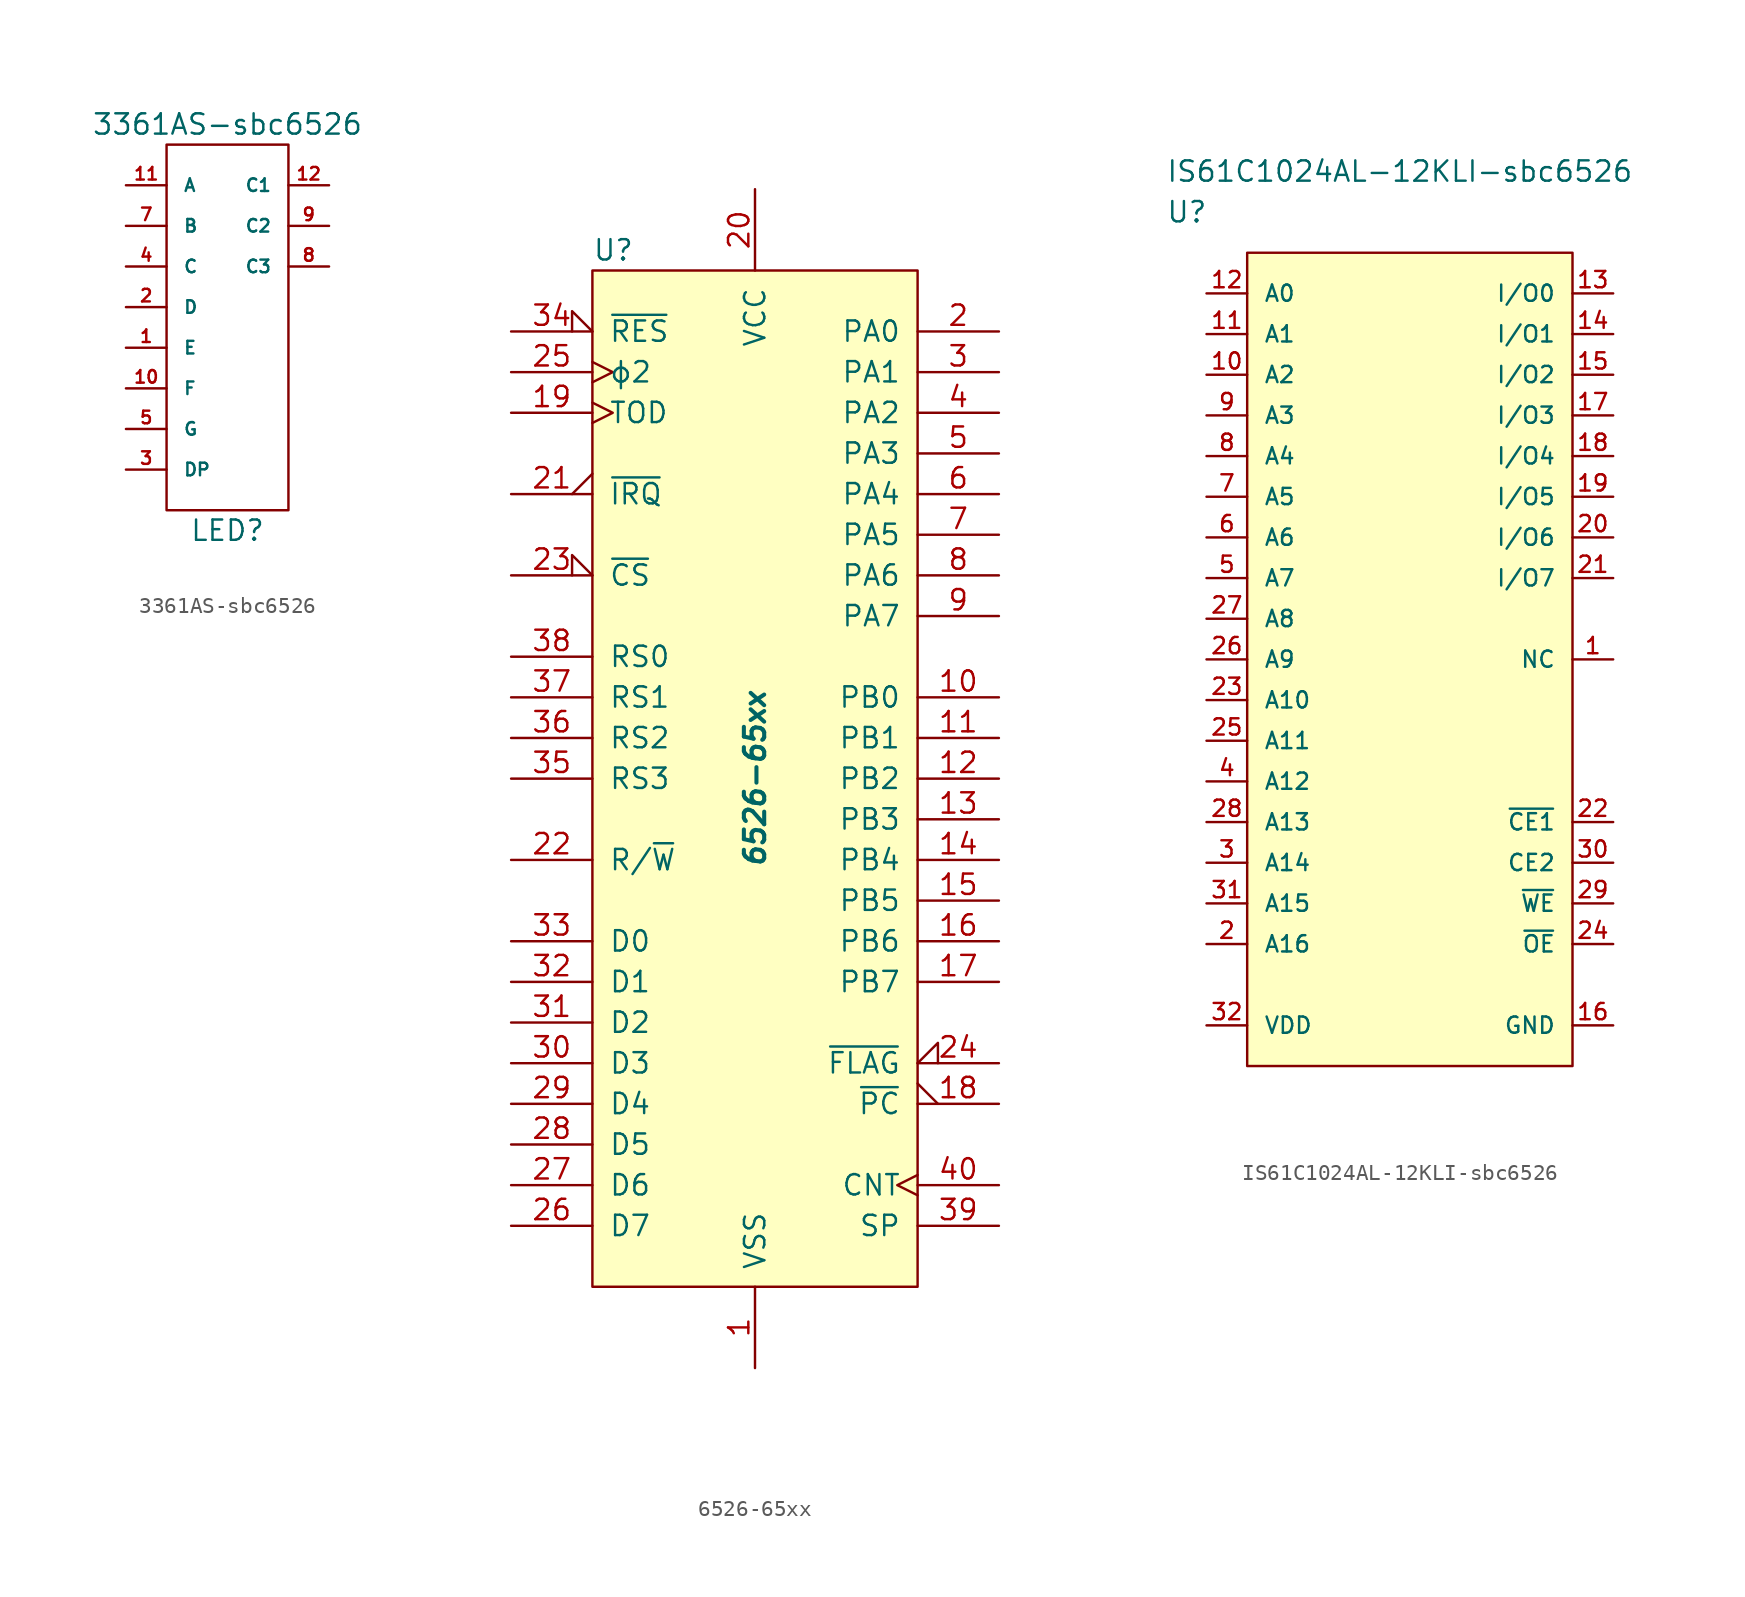
<source format=kicad_sym>
(kicad_symbol_lib
  (version 20201005)
  (generator kicad_symbol_editor)
  (symbol "3361AS-sbc6526"
    (pin_names
      (offset 1.016))
    (property "Reference" "LED"
      (at 0 -17.78 0)
      (effects (font (size 1.27 1.27))))
    (property "Value" "3361AS-sbc6526"
      (at 0 7.62 0)
      (effects (font (size 1.27 1.27))))
    (symbol "3361AS-sbc6526_0_1"
      (rectangle (start -3.81 6.35) (end 3.81 -16.51) (stroke (width 0)) (fill (type none))))
    (symbol "3361AS-sbc6526_1_1"
      (pin input line (at -6.35 -6.35 0) (length 2.54) (name "E" (effects (font (size 0.787 0.787)))) (number "1" (effects (font (size 0.787 0.787)))))
      (pin input line (at -6.35 -8.89 0) (length 2.54) (name "F" (effects (font (size 0.787 0.787)))) (number "10" (effects (font (size 0.787 0.787)))))
      (pin input line (at -6.35 3.81 0) (length 2.54) (name "A" (effects (font (size 0.787 0.787)))) (number "11" (effects (font (size 0.787 0.787)))))
      (pin input line (at 6.35 3.81 180) (length 2.54) (name "C1" (effects (font (size 0.787 0.787)))) (number "12" (effects (font (size 0.787 0.787)))))
      (pin input line (at -6.35 -3.81 0) (length 2.54) (name "D" (effects (font (size 0.787 0.787)))) (number "2" (effects (font (size 0.787 0.787)))))
      (pin input line (at -6.35 -13.97 0) (length 2.54) (name "DP" (effects (font (size 0.787 0.787)))) (number "3" (effects (font (size 0.787 0.787)))))
      (pin input line (at -6.35 -1.27 0) (length 2.54) (name "C" (effects (font (size 0.787 0.787)))) (number "4" (effects (font (size 0.787 0.787)))))
      (pin input line (at -6.35 -11.43 0) (length 2.54) (name "G" (effects (font (size 0.787 0.787)))) (number "5" (effects (font (size 0.787 0.787)))))
      (pin input line (at -6.35 1.27 0) (length 2.54) (name "B" (effects (font (size 0.787 0.787)))) (number "7" (effects (font (size 0.787 0.787)))))
      (pin input line (at 6.35 -1.27 180) (length 2.54) (name "C3" (effects (font (size 0.787 0.787)))) (number "8" (effects (font (size 0.787 0.787)))))
      (pin input line (at 6.35 1.27 180) (length 2.54) (name "C2" (effects (font (size 0.787 0.787)))) (number "9" (effects (font (size 0.787 0.787)))))))
  (symbol "6526-65xx"
    (pin_names
      (offset 1.016))
    (property "Reference" "U"
      (at -10.16 33.02 0)
      (effects (font (size 1.27 1.27)) (justify left)))
    (property "Value" "6526-65xx"
      (at 0 0 90)
      (effects (font (size 1.27 1.27) bold italic)))
    (symbol "6526-65xx_0_1"
      (rectangle (start -10.16 31.75) (end 10.16 -31.75) (stroke (width 0)) (fill (type background))))
    (symbol "6526-65xx_1_1"
      (pin power_in line (at 0 -36.83 90) (length 5.08) (name "VSS" (effects (font (size 1.27 1.27)))) (number "1" (effects (font (size 1.27 1.27)))))
      (pin bidirectional line (at 15.24 5.08 180) (length 5.08) (name "PB0" (effects (font (size 1.27 1.27)))) (number "10" (effects (font (size 1.27 1.27)))))
      (pin bidirectional line (at 15.24 2.54 180) (length 5.08) (name "PB1" (effects (font (size 1.27 1.27)))) (number "11" (effects (font (size 1.27 1.27)))))
      (pin bidirectional line (at 15.24 0 180) (length 5.08) (name "PB2" (effects (font (size 1.27 1.27)))) (number "12" (effects (font (size 1.27 1.27)))))
      (pin bidirectional line (at 15.24 -2.54 180) (length 5.08) (name "PB3" (effects (font (size 1.27 1.27)))) (number "13" (effects (font (size 1.27 1.27)))))
      (pin bidirectional line (at 15.24 -5.08 180) (length 5.08) (name "PB4" (effects (font (size 1.27 1.27)))) (number "14" (effects (font (size 1.27 1.27)))))
      (pin bidirectional line (at 15.24 -7.62 180) (length 5.08) (name "PB5" (effects (font (size 1.27 1.27)))) (number "15" (effects (font (size 1.27 1.27)))))
      (pin bidirectional line (at 15.24 -10.16 180) (length 5.08) (name "PB6" (effects (font (size 1.27 1.27)))) (number "16" (effects (font (size 1.27 1.27)))))
      (pin bidirectional line (at 15.24 -12.7 180) (length 5.08) (name "PB7" (effects (font (size 1.27 1.27)))) (number "17" (effects (font (size 1.27 1.27)))))
      (pin output output_low (at 15.24 -20.32 180) (length 5.08) (name "~PC" (effects (font (size 1.27 1.27)))) (number "18" (effects (font (size 1.27 1.27)))))
      (pin input clock (at -15.24 22.86 0) (length 5.08) (name "TOD" (effects (font (size 1.27 1.27)))) (number "19" (effects (font (size 1.27 1.27)))))
      (pin bidirectional line (at 15.24 27.94 180) (length 5.08) (name "PA0" (effects (font (size 1.27 1.27)))) (number "2" (effects (font (size 1.27 1.27)))))
      (pin power_in line (at 0 36.83 270) (length 5.08) (name "VCC" (effects (font (size 1.27 1.27)))) (number "20" (effects (font (size 1.27 1.27)))))
      (pin open_collector output_low (at -15.24 17.78 0) (length 5.08) (name "~IRQ" (effects (font (size 1.27 1.27)))) (number "21" (effects (font (size 1.27 1.27)))))
      (pin input line (at -15.24 -5.08 0) (length 5.08) (name "R/~W" (effects (font (size 1.27 1.27)))) (number "22" (effects (font (size 1.27 1.27)))))
      (pin input input_low (at -15.24 12.7 0) (length 5.08) (name "~CS" (effects (font (size 1.27 1.27)))) (number "23" (effects (font (size 1.27 1.27)))))
      (pin input input_low (at 15.24 -17.78 180) (length 5.08) (name "~FLAG" (effects (font (size 1.27 1.27)))) (number "24" (effects (font (size 1.27 1.27)))))
      (pin input clock (at -15.24 25.4 0) (length 5.08) (name "ϕ2" (effects (font (size 1.27 1.27)))) (number "25" (effects (font (size 1.27 1.27)))))
      (pin bidirectional line (at -15.24 -27.94 0) (length 5.08) (name "D7" (effects (font (size 1.27 1.27)))) (number "26" (effects (font (size 1.27 1.27)))))
      (pin bidirectional line (at -15.24 -25.4 0) (length 5.08) (name "D6" (effects (font (size 1.27 1.27)))) (number "27" (effects (font (size 1.27 1.27)))))
      (pin bidirectional line (at -15.24 -22.86 0) (length 5.08) (name "D5" (effects (font (size 1.27 1.27)))) (number "28" (effects (font (size 1.27 1.27)))))
      (pin bidirectional line (at -15.24 -20.32 0) (length 5.08) (name "D4" (effects (font (size 1.27 1.27)))) (number "29" (effects (font (size 1.27 1.27)))))
      (pin bidirectional line (at 15.24 25.4 180) (length 5.08) (name "PA1" (effects (font (size 1.27 1.27)))) (number "3" (effects (font (size 1.27 1.27)))))
      (pin bidirectional line (at -15.24 -17.78 0) (length 5.08) (name "D3" (effects (font (size 1.27 1.27)))) (number "30" (effects (font (size 1.27 1.27)))))
      (pin bidirectional line (at -15.24 -15.24 0) (length 5.08) (name "D2" (effects (font (size 1.27 1.27)))) (number "31" (effects (font (size 1.27 1.27)))))
      (pin bidirectional line (at -15.24 -12.7 0) (length 5.08) (name "D1" (effects (font (size 1.27 1.27)))) (number "32" (effects (font (size 1.27 1.27)))))
      (pin bidirectional line (at -15.24 -10.16 0) (length 5.08) (name "D0" (effects (font (size 1.27 1.27)))) (number "33" (effects (font (size 1.27 1.27)))))
      (pin input input_low (at -15.24 27.94 0) (length 5.08) (name "~RES" (effects (font (size 1.27 1.27)))) (number "34" (effects (font (size 1.27 1.27)))))
      (pin input line (at -15.24 0 0) (length 5.08) (name "RS3" (effects (font (size 1.27 1.27)))) (number "35" (effects (font (size 1.27 1.27)))))
      (pin input line (at -15.24 2.54 0) (length 5.08) (name "RS2" (effects (font (size 1.27 1.27)))) (number "36" (effects (font (size 1.27 1.27)))))
      (pin input line (at -15.24 5.08 0) (length 5.08) (name "RS1" (effects (font (size 1.27 1.27)))) (number "37" (effects (font (size 1.27 1.27)))))
      (pin input line (at -15.24 7.62 0) (length 5.08) (name "RS0" (effects (font (size 1.27 1.27)))) (number "38" (effects (font (size 1.27 1.27)))))
      (pin bidirectional line (at 15.24 -27.94 180) (length 5.08) (name "SP" (effects (font (size 1.27 1.27)))) (number "39" (effects (font (size 1.27 1.27)))))
      (pin bidirectional line (at 15.24 22.86 180) (length 5.08) (name "PA2" (effects (font (size 1.27 1.27)))) (number "4" (effects (font (size 1.27 1.27)))))
      (pin bidirectional clock (at 15.24 -25.4 180) (length 5.08) (name "CNT" (effects (font (size 1.27 1.27)))) (number "40" (effects (font (size 1.27 1.27)))))
      (pin bidirectional line (at 15.24 20.32 180) (length 5.08) (name "PA3" (effects (font (size 1.27 1.27)))) (number "5" (effects (font (size 1.27 1.27)))))
      (pin bidirectional line (at 15.24 17.78 180) (length 5.08) (name "PA4" (effects (font (size 1.27 1.27)))) (number "6" (effects (font (size 1.27 1.27)))))
      (pin bidirectional line (at 15.24 15.24 180) (length 5.08) (name "PA5" (effects (font (size 1.27 1.27)))) (number "7" (effects (font (size 1.27 1.27)))))
      (pin bidirectional line (at 15.24 12.7 180) (length 5.08) (name "PA6" (effects (font (size 1.27 1.27)))) (number "8" (effects (font (size 1.27 1.27)))))
      (pin bidirectional line (at 15.24 10.16 180) (length 5.08) (name "PA7" (effects (font (size 1.27 1.27)))) (number "9" (effects (font (size 1.27 1.27)))))))
  (symbol "IS61C1024AL-12KLI-sbc6526"
    (pin_names
      (offset 1.016))
    (property "Reference" "U"
      (at 0 5.08 0)
      (effects (font (size 1.27 1.27)) (justify left)))
    (property "Value" "IS61C1024AL-12KLI-sbc6526"
      (at 0 7.62 0)
      (effects (font (size 1.27 1.27)) (justify left)))
    (symbol "IS61C1024AL-12KLI-sbc6526_1_1"
      (rectangle (start 5.08 2.54) (end 25.4 -48.26) (stroke (width 0)) (fill (type background)))
      (pin passive line (at 27.94 -22.86 180) (length 2.54) (name "NC" (effects (font (size 1.016 1.016)))) (number "1" (effects (font (size 1.016 1.016)))))
      (pin input line (at 2.54 -5.08 0) (length 2.54) (name "A2" (effects (font (size 1.016 1.016)))) (number "10" (effects (font (size 1.016 1.016)))))
      (pin input line (at 2.54 -2.54 0) (length 2.54) (name "A1" (effects (font (size 1.016 1.016)))) (number "11" (effects (font (size 1.016 1.016)))))
      (pin input line (at 2.54 0 0) (length 2.54) (name "A0" (effects (font (size 1.016 1.016)))) (number "12" (effects (font (size 1.016 1.016)))))
      (pin bidirectional line (at 27.94 0 180) (length 2.54) (name "I/O0" (effects (font (size 1.016 1.016)))) (number "13" (effects (font (size 1.016 1.016)))))
      (pin bidirectional line (at 27.94 -2.54 180) (length 2.54) (name "I/O1" (effects (font (size 1.016 1.016)))) (number "14" (effects (font (size 1.016 1.016)))))
      (pin bidirectional line (at 27.94 -5.08 180) (length 2.54) (name "I/O2" (effects (font (size 1.016 1.016)))) (number "15" (effects (font (size 1.016 1.016)))))
      (pin power_in line (at 27.94 -45.72 180) (length 2.54) (name "GND" (effects (font (size 1.016 1.016)))) (number "16" (effects (font (size 1.016 1.016)))))
      (pin bidirectional line (at 27.94 -7.62 180) (length 2.54) (name "I/O3" (effects (font (size 1.016 1.016)))) (number "17" (effects (font (size 1.016 1.016)))))
      (pin bidirectional line (at 27.94 -10.16 180) (length 2.54) (name "I/O4" (effects (font (size 1.016 1.016)))) (number "18" (effects (font (size 1.016 1.016)))))
      (pin bidirectional line (at 27.94 -12.7 180) (length 2.54) (name "I/O5" (effects (font (size 1.016 1.016)))) (number "19" (effects (font (size 1.016 1.016)))))
      (pin input line (at 2.54 -40.64 0) (length 2.54) (name "A16" (effects (font (size 1.016 1.016)))) (number "2" (effects (font (size 1.016 1.016)))))
      (pin bidirectional line (at 27.94 -15.24 180) (length 2.54) (name "I/O6" (effects (font (size 1.016 1.016)))) (number "20" (effects (font (size 1.016 1.016)))))
      (pin bidirectional line (at 27.94 -17.78 180) (length 2.54) (name "I/O7" (effects (font (size 1.016 1.016)))) (number "21" (effects (font (size 1.016 1.016)))))
      (pin input line (at 27.94 -33.02 180) (length 2.54) (name "~CE1~" (effects (font (size 1.016 1.016)))) (number "22" (effects (font (size 1.016 1.016)))))
      (pin input line (at 2.54 -25.4 0) (length 2.54) (name "A10" (effects (font (size 1.016 1.016)))) (number "23" (effects (font (size 1.016 1.016)))))
      (pin input line (at 27.94 -40.64 180) (length 2.54) (name "~OE~" (effects (font (size 1.016 1.016)))) (number "24" (effects (font (size 1.016 1.016)))))
      (pin input line (at 2.54 -27.94 0) (length 2.54) (name "A11" (effects (font (size 1.016 1.016)))) (number "25" (effects (font (size 1.016 1.016)))))
      (pin input line (at 2.54 -22.86 0) (length 2.54) (name "A9" (effects (font (size 1.016 1.016)))) (number "26" (effects (font (size 1.016 1.016)))))
      (pin input line (at 2.54 -20.32 0) (length 2.54) (name "A8" (effects (font (size 1.016 1.016)))) (number "27" (effects (font (size 1.016 1.016)))))
      (pin input line (at 2.54 -33.02 0) (length 2.54) (name "A13" (effects (font (size 1.016 1.016)))) (number "28" (effects (font (size 1.016 1.016)))))
      (pin input line (at 27.94 -38.1 180) (length 2.54) (name "~WE~" (effects (font (size 1.016 1.016)))) (number "29" (effects (font (size 1.016 1.016)))))
      (pin input line (at 2.54 -35.56 0) (length 2.54) (name "A14" (effects (font (size 1.016 1.016)))) (number "3" (effects (font (size 1.016 1.016)))))
      (pin input line (at 27.94 -35.56 180) (length 2.54) (name "CE2" (effects (font (size 1.016 1.016)))) (number "30" (effects (font (size 1.016 1.016)))))
      (pin input line (at 2.54 -38.1 0) (length 2.54) (name "A15" (effects (font (size 1.016 1.016)))) (number "31" (effects (font (size 1.016 1.016)))))
      (pin power_in line (at 2.54 -45.72 0) (length 2.54) (name "VDD" (effects (font (size 1.016 1.016)))) (number "32" (effects (font (size 1.016 1.016)))))
      (pin input line (at 2.54 -30.48 0) (length 2.54) (name "A12" (effects (font (size 1.016 1.016)))) (number "4" (effects (font (size 1.016 1.016)))))
      (pin input line (at 2.54 -17.78 0) (length 2.54) (name "A7" (effects (font (size 1.016 1.016)))) (number "5" (effects (font (size 1.016 1.016)))))
      (pin input line (at 2.54 -15.24 0) (length 2.54) (name "A6" (effects (font (size 1.016 1.016)))) (number "6" (effects (font (size 1.016 1.016)))))
      (pin input line (at 2.54 -12.7 0) (length 2.54) (name "A5" (effects (font (size 1.016 1.016)))) (number "7" (effects (font (size 1.016 1.016)))))
      (pin input line (at 2.54 -10.16 0) (length 2.54) (name "A4" (effects (font (size 1.016 1.016)))) (number "8" (effects (font (size 1.016 1.016)))))
      (pin input line (at 2.54 -7.62 0) (length 2.54) (name "A3" (effects (font (size 1.016 1.016)))) (number "9" (effects (font (size 1.016 1.016))))))))
</source>
